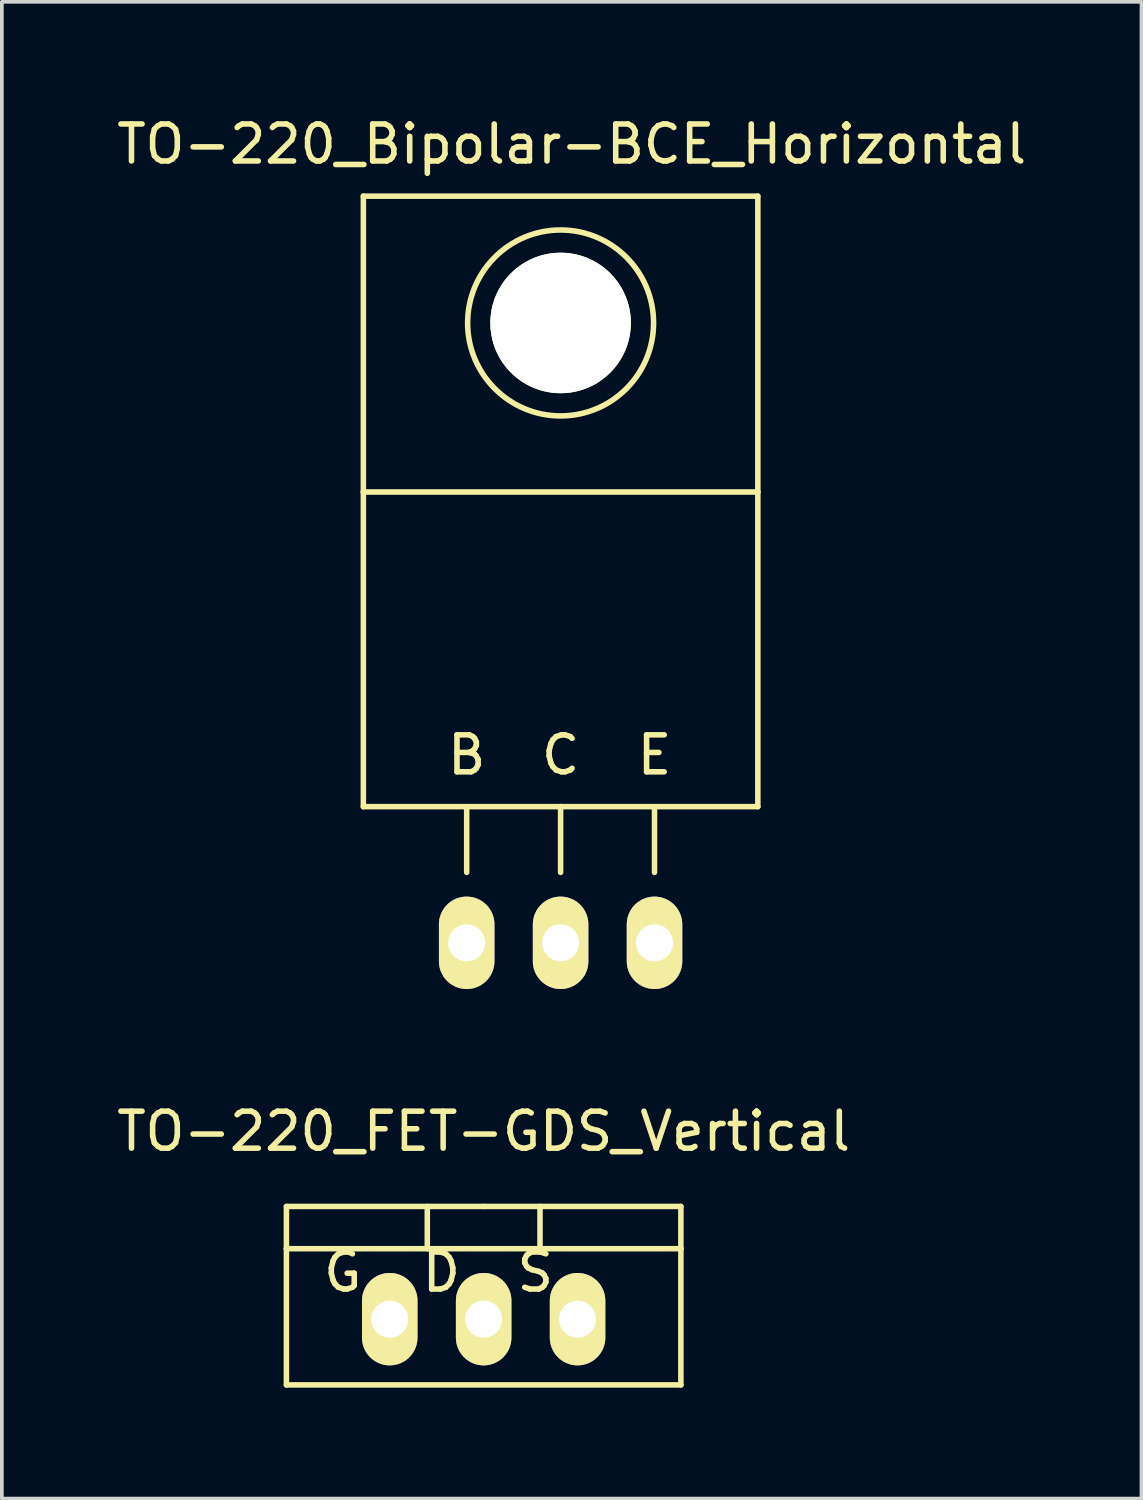
<source format=kicad_pcb>
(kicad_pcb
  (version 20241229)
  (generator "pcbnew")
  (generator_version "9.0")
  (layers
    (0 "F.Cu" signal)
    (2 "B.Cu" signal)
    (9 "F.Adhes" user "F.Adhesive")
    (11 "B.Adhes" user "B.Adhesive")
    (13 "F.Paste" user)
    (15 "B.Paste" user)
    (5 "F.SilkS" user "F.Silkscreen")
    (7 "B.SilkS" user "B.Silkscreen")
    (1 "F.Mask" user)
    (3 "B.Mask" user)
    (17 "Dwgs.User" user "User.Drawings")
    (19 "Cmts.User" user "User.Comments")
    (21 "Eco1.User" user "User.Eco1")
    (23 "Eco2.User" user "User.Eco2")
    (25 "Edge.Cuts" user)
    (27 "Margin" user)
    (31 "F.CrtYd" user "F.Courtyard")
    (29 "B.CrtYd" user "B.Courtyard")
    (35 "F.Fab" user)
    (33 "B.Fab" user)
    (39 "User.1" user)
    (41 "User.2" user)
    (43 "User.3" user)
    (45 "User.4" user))
  (footprint "TO-220_Bipolar-BCE_Horizontal"
    (layer "F.Cu")
    (at 12.111 22.448)
    (property "Reference" "TO-220_Bipolar-BCE_Horizontal" (at 0.3 -21.6 0) (layer "F.SilkS") (effects (font (size 1 1) (thickness 0.15))))
    (attr through_hole)
    (fp_line (start -5.334 -20.193) (end -5.334 -12.192) (stroke (width 0.15) (type solid)) (layer "F.SilkS"))
    (fp_line (start -5.334 -12.192) (end -5.334 -3.683) (stroke (width 0.15) (type solid)) (layer "F.SilkS"))
    (fp_line (start -2.54 -3.683) (end -2.54 -1.905) (stroke (width 0.15) (type solid)) (layer "F.SilkS"))
    (fp_line (start 0 -3.683) (end -5.334 -3.683) (stroke (width 0.15) (type solid)) (layer "F.SilkS"))
    (fp_line (start 0 -3.683) (end 0 -1.905) (stroke (width 0.15) (type solid)) (layer "F.SilkS"))
    (fp_line (start 0 -3.683) (end 5.334 -3.683) (stroke (width 0.15) (type solid)) (layer "F.SilkS"))
    (fp_line (start 2.54 -3.683) (end 2.54 -1.905) (stroke (width 0.15) (type solid)) (layer "F.SilkS"))
    (fp_line (start 5.334 -20.193) (end -5.334 -20.193) (stroke (width 0.15) (type solid)) (layer "F.SilkS"))
    (fp_line (start 5.334 -12.192) (end -5.334 -12.192) (stroke (width 0.15) (type solid)) (layer "F.SilkS"))
    (fp_line (start 5.334 -12.192) (end 5.334 -20.193) (stroke (width 0.15) (type solid)) (layer "F.SilkS"))
    (fp_line (start 5.334 -3.683) (end 5.334 -12.192) (stroke (width 0.15) (type solid)) (layer "F.SilkS"))
    (fp_circle (center 0 -16.764) (end 1.778 -14.986) (stroke (width 0.15) (type solid)) (fill no) (layer "F.SilkS"))
    (fp_text user "E" (at 2.54 -5.08 0) (layer "F.SilkS") (effects (font (size 1 1) (thickness 0.15))))
    (fp_text user "C" (at 0 -5.08 0) (layer "F.SilkS") (effects (font (size 1 1) (thickness 0.15))))
    (fp_text user "B" (at -2.54 -5.08 0) (layer "F.SilkS") (effects (font (size 1 1) (thickness 0.15))))
    (pad "" np_thru_hole circle (at 0 -16.764 90) (size 3.8 3.8) (drill 3.8) (layers "*.Cu" "*.Mask" "F.SilkS"))
    (pad "B" thru_hole oval (at -2.54 0 90) (size 2.499 1.501) (drill 1.001) (layers "*.Cu" "*.Mask" "F.SilkS"))
    (pad "C" thru_hole oval (at 0 0 90) (size 2.499 1.501) (drill 1.001) (layers "*.Cu" "*.Mask" "F.SilkS"))
    (pad "E" thru_hole oval (at 2.54 0 90) (size 2.499 1.501) (drill 1.001) (layers "*.Cu" "*.Mask" "F.SilkS")))
  (footprint "TO-220_FET-GDS_Vertical"
    (layer "F.Cu")
    (at 10.03 32.626)
    (property "Reference" "TO-220_FET-GDS_Vertical" (at 0 -5.08 0) (layer "F.SilkS") (effects (font (size 1 1) (thickness 0.15))))
    (attr through_hole)
    (fp_line (start -5.334 -1.905) (end -5.334 -3.048) (stroke (width 0.15) (type solid)) (layer "F.SilkS"))
    (fp_line (start -5.334 1.778) (end -5.334 -1.905) (stroke (width 0.15) (type solid)) (layer "F.SilkS"))
    (fp_line (start -1.524 -3.048) (end -1.524 -1.905) (stroke (width 0.15) (type solid)) (layer "F.SilkS"))
    (fp_line (start 0 -3.048) (end -5.334 -3.048) (stroke (width 0.15) (type solid)) (layer "F.SilkS"))
    (fp_line (start 0 -3.048) (end 5.334 -3.048) (stroke (width 0.15) (type solid)) (layer "F.SilkS"))
    (fp_line (start 1.524 -3.048) (end 1.524 -1.905) (stroke (width 0.15) (type solid)) (layer "F.SilkS"))
    (fp_line (start 5.334 -3.048) (end 5.334 -1.905) (stroke (width 0.15) (type solid)) (layer "F.SilkS"))
    (fp_line (start 5.334 -1.905) (end -5.334 -1.905) (stroke (width 0.15) (type solid)) (layer "F.SilkS"))
    (fp_line (start 5.334 -1.905) (end 5.334 1.778) (stroke (width 0.15) (type solid)) (layer "F.SilkS"))
    (fp_line (start 5.334 1.778) (end -5.334 1.778) (stroke (width 0.15) (type solid)) (layer "F.SilkS"))
    (fp_text user "G" (at -3.81 -1.27 0) (layer "F.SilkS") (effects (font (size 1 1) (thickness 0.15))))
    (fp_text user "D" (at -1.143 -1.27 0) (layer "F.SilkS") (effects (font (size 1 1) (thickness 0.15))))
    (fp_text user "S" (at 1.397 -1.27 0) (layer "F.SilkS") (effects (font (size 1 1) (thickness 0.15))))
    (pad "D" thru_hole oval (at 0 0 90) (size 2.499 1.501) (drill 1.001) (layers "*.Cu" "*.Mask" "F.SilkS"))
    (pad "G" thru_hole oval (at -2.54 0 90) (size 2.499 1.501) (drill 1.001) (layers "*.Cu" "*.Mask" "F.SilkS"))
    (pad "S" thru_hole oval (at 2.54 0 90) (size 2.499 1.501) (drill 1.001) (layers "*.Cu" "*.Mask" "F.SilkS")))
  (gr_rect
    (start -3 -3)
    (end 27.821 37.479)
    (stroke (width 0.1) (type default))
    (fill no)
    (layer "Edge.Cuts")))
</source>
